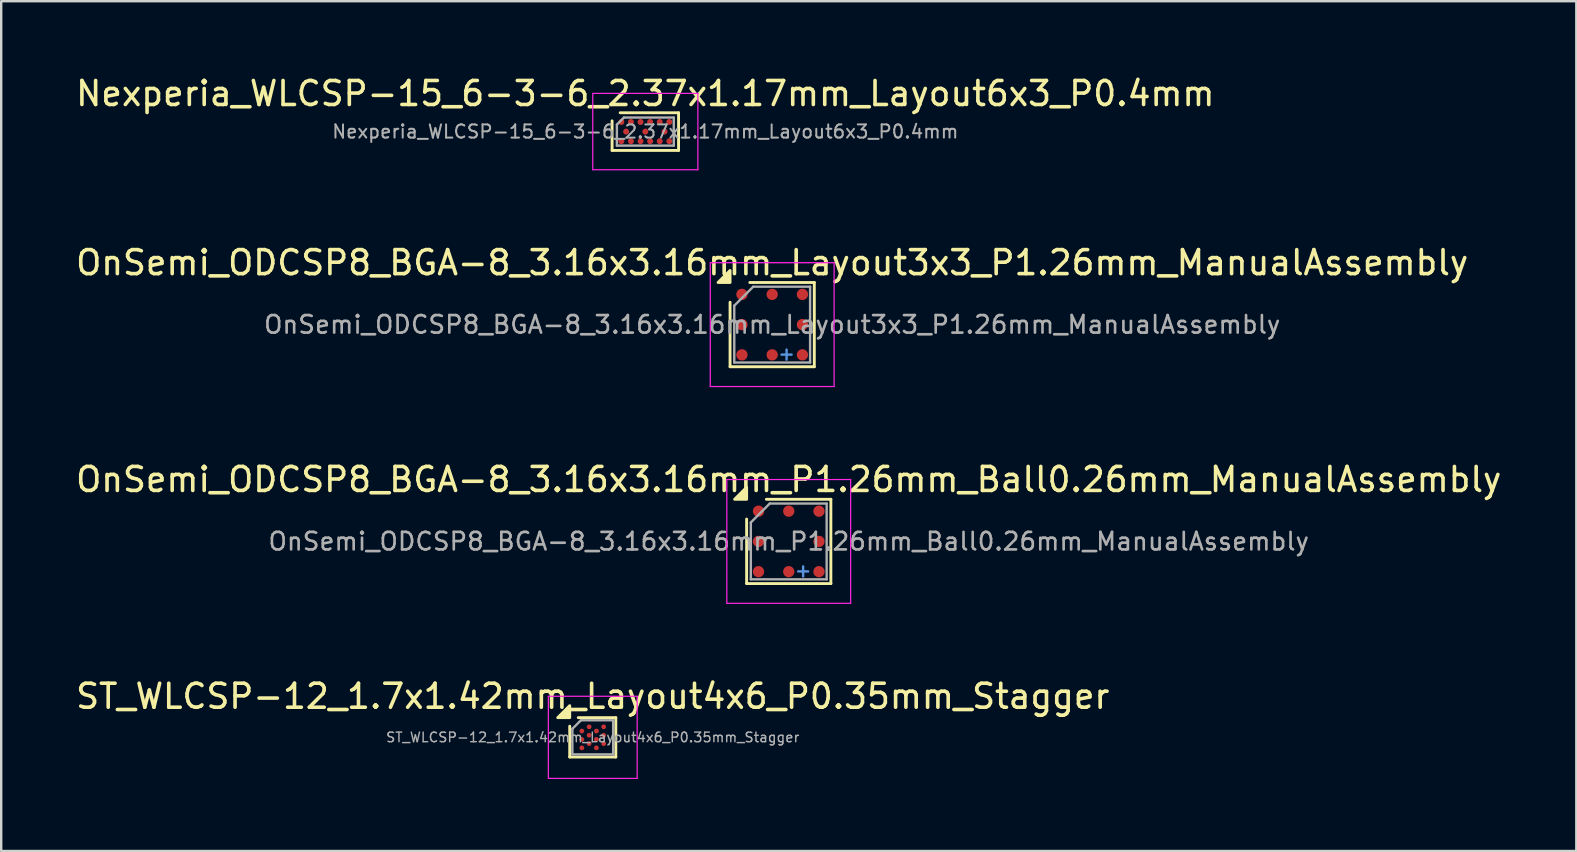
<source format=kicad_pcb>
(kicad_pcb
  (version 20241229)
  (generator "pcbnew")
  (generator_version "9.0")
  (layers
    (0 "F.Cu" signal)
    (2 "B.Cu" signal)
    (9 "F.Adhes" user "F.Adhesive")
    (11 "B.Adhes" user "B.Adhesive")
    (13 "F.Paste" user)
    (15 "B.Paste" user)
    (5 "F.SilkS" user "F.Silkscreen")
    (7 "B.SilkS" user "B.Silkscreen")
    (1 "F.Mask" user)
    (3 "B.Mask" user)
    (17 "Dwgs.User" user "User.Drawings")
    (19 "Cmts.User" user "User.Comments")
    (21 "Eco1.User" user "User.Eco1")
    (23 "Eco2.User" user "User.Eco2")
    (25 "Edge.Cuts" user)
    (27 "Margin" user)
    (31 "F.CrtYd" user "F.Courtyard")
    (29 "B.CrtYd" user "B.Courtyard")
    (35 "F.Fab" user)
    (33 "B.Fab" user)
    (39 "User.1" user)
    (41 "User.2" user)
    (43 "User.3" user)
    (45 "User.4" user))
  (footprint "Nexperia_WLCSP-15_6-3-6_2.37x1.17mm_Layout6x3_P0.4mm"
    (layer "F.Cu")
    (at 23.839 2.433)
    (property "Reference" "Nexperia_WLCSP-15_6-3-6_2.37x1.17mm_Layout6x3_P0.4mm" (at 0 -1.585 0) (layer "F.SilkS") (effects (font (size 1 1) (thickness 0.15))))
    (attr smd)
    (fp_line (start -1.385 0.785) (end -1.385 -0.448) (stroke (width 0.12) (type solid)) (layer "F.SilkS"))
    (fp_line (start -1.048 -0.785) (end 1.385 -0.785) (stroke (width 0.12) (type solid)) (layer "F.SilkS"))
    (fp_line (start 1.385 -0.785) (end 1.385 0.785) (stroke (width 0.12) (type solid)) (layer "F.SilkS"))
    (fp_line (start 1.385 0.785) (end -1.385 0.785) (stroke (width 0.12) (type solid)) (layer "F.SilkS"))
    (fp_line (start -2.19 -1.59) (end -2.19 1.59) (stroke (width 0.05) (type solid)) (layer "F.CrtYd"))
    (fp_line (start -2.19 1.59) (end 2.19 1.59) (stroke (width 0.05) (type solid)) (layer "F.CrtYd"))
    (fp_line (start 2.19 -1.59) (end -2.19 -1.59) (stroke (width 0.05) (type solid)) (layer "F.CrtYd"))
    (fp_line (start 2.19 1.59) (end 2.19 -1.59) (stroke (width 0.05) (type solid)) (layer "F.CrtYd"))
    (fp_line (start -1.185 -0.292) (end -0.892 -0.585) (stroke (width 0.1) (type solid)) (layer "F.Fab"))
    (fp_line (start -1.185 0.585) (end -1.185 -0.292) (stroke (width 0.1) (type solid)) (layer "F.Fab"))
    (fp_line (start -0.892 -0.585) (end 1.185 -0.585) (stroke (width 0.1) (type solid)) (layer "F.Fab"))
    (fp_line (start 1.185 -0.585) (end 1.185 0.585) (stroke (width 0.1) (type solid)) (layer "F.Fab"))
    (fp_line (start 1.185 0.585) (end -1.185 0.585) (stroke (width 0.1) (type solid)) (layer "F.Fab"))
    (fp_text user "${REFERENCE}" (at 0 0 0) (layer "F.Fab") (effects (font (size 0.55 0.55) (thickness 0.083))))
    (pad "A1" smd circle (at -1 -0.4) (size 0.25 0.25) (layers "F.Cu" "F.Mask" "F.Paste"))
    (pad "A2" smd circle (at -0.6 -0.4) (size 0.25 0.25) (layers "F.Cu" "F.Mask" "F.Paste"))
    (pad "A3" smd circle (at -0.2 -0.4) (size 0.25 0.25) (layers "F.Cu" "F.Mask" "F.Paste"))
    (pad "A4" smd circle (at 0.2 -0.4) (size 0.25 0.25) (layers "F.Cu" "F.Mask" "F.Paste"))
    (pad "A5" smd circle (at 0.6 -0.4) (size 0.25 0.25) (layers "F.Cu" "F.Mask" "F.Paste"))
    (pad "A6" smd circle (at 1 -0.4) (size 0.25 0.25) (layers "F.Cu" "F.Mask" "F.Paste"))
    (pad "B1" smd circle (at -0.8 0) (size 0.25 0.25) (layers "F.Cu" "F.Mask" "F.Paste"))
    (pad "B2" smd circle (at 0 0) (size 0.25 0.25) (layers "F.Cu" "F.Mask" "F.Paste"))
    (pad "B3" smd circle (at 0.8 0) (size 0.25 0.25) (layers "F.Cu" "F.Mask" "F.Paste"))
    (pad "C1" smd circle (at -1 0.4) (size 0.25 0.25) (layers "F.Cu" "F.Mask" "F.Paste"))
    (pad "C2" smd circle (at -0.6 0.4) (size 0.25 0.25) (layers "F.Cu" "F.Mask" "F.Paste"))
    (pad "C3" smd circle (at -0.2 0.4) (size 0.25 0.25) (layers "F.Cu" "F.Mask" "F.Paste"))
    (pad "C4" smd circle (at 0.2 0.4) (size 0.25 0.25) (layers "F.Cu" "F.Mask" "F.Paste"))
    (pad "C5" smd circle (at 0.6 0.4) (size 0.25 0.25) (layers "F.Cu" "F.Mask" "F.Paste"))
    (pad "C6" smd circle (at 1 0.4) (size 0.25 0.25) (layers "F.Cu" "F.Mask" "F.Paste")))
  (footprint "ST_WLCSP-12_1.7x1.42mm_Layout4x6_P0.35mm_Stagger"
    (layer "F.Cu")
    (at 21.649 27.673)
    (property "Reference" "ST_WLCSP-12_1.7x1.42mm_Layout4x6_P0.35mm_Stagger" (at 0 -1.71 0) (layer "F.SilkS") (effects (font (size 1 1) (thickness 0.15))))
    (attr smd)
    (fp_line (start -0.96 0.82) (end -0.96 -0.465) (stroke (width 0.12) (type solid)) (layer "F.SilkS"))
    (fp_line (start -0.605 -0.82) (end 0.96 -0.82) (stroke (width 0.12) (type solid)) (layer "F.SilkS"))
    (fp_line (start 0.96 -0.82) (end 0.96 0.82) (stroke (width 0.12) (type solid)) (layer "F.SilkS"))
    (fp_line (start 0.96 0.82) (end -0.96 0.82) (stroke (width 0.12) (type solid)) (layer "F.SilkS"))
    (fp_poly (pts (xy -0.96 -0.82) (xy -1.46 -0.82) (xy -0.96 -1.32) (xy -0.96 -0.82)) (stroke (width 0.12) (type solid)) (fill yes) (layer "F.SilkS"))
    (fp_line (start -1.85 -1.71) (end -1.85 1.71) (stroke (width 0.05) (type solid)) (layer "F.CrtYd"))
    (fp_line (start -1.85 1.71) (end 1.85 1.71) (stroke (width 0.05) (type solid)) (layer "F.CrtYd"))
    (fp_line (start 1.85 -1.71) (end -1.85 -1.71) (stroke (width 0.05) (type solid)) (layer "F.CrtYd"))
    (fp_line (start 1.85 1.71) (end 1.85 -1.71) (stroke (width 0.05) (type solid)) (layer "F.CrtYd"))
    (fp_line (start -0.85 -0.355) (end -0.495 -0.71) (stroke (width 0.1) (type solid)) (layer "F.Fab"))
    (fp_line (start -0.85 0.71) (end -0.85 -0.355) (stroke (width 0.1) (type solid)) (layer "F.Fab"))
    (fp_line (start -0.495 -0.71) (end 0.85 -0.71) (stroke (width 0.1) (type solid)) (layer "F.Fab"))
    (fp_line (start 0.85 -0.71) (end 0.85 0.71) (stroke (width 0.1) (type solid)) (layer "F.Fab"))
    (fp_line (start 0.85 0.71) (end -0.85 0.71) (stroke (width 0.1) (type solid)) (layer "F.Fab"))
    (fp_text user "${REFERENCE}" (at 0 0 0) (layer "F.Fab") (effects (font (size 0.4 0.4) (thickness 0.06))))
    (pad "A2" smd circle (at -0.152 -0.438) (size 0.2 0.2) (property pad_prop_bga) (layers "F.Cu" "F.Mask" "F.Paste"))
    (pad "A4" smd circle (at 0.455 -0.438) (size 0.2 0.2) (property pad_prop_bga) (layers "F.Cu" "F.Mask" "F.Paste"))
    (pad "B1" smd circle (at -0.455 -0.263) (size 0.2 0.2) (property pad_prop_bga) (layers "F.Cu" "F.Mask" "F.Paste"))
    (pad "B3" smd circle (at 0.152 -0.263) (size 0.2 0.2) (property pad_prop_bga) (layers "F.Cu" "F.Mask" "F.Paste"))
    (pad "C2" smd circle (at -0.152 -0.087) (size 0.2 0.2) (property pad_prop_bga) (layers "F.Cu" "F.Mask" "F.Paste"))
    (pad "C4" smd circle (at 0.455 -0.087) (size 0.2 0.2) (property pad_prop_bga) (layers "F.Cu" "F.Mask" "F.Paste"))
    (pad "D1" smd circle (at -0.455 0.087) (size 0.2 0.2) (property pad_prop_bga) (layers "F.Cu" "F.Mask" "F.Paste"))
    (pad "D3" smd circle (at 0.152 0.087) (size 0.2 0.2) (property pad_prop_bga) (layers "F.Cu" "F.Mask" "F.Paste"))
    (pad "E2" smd circle (at -0.152 0.263) (size 0.2 0.2) (property pad_prop_bga) (layers "F.Cu" "F.Mask" "F.Paste"))
    (pad "E4" smd circle (at 0.455 0.263) (size 0.2 0.2) (property pad_prop_bga) (layers "F.Cu" "F.Mask" "F.Paste"))
    (pad "F1" smd circle (at -0.455 0.438) (size 0.2 0.2) (property pad_prop_bga) (layers "F.Cu" "F.Mask" "F.Paste"))
    (pad "F3" smd circle (at 0.152 0.438) (size 0.2 0.2) (property pad_prop_bga) (layers "F.Cu" "F.Mask" "F.Paste")))
  (footprint "OnSemi_ODCSP8_BGA-8_3.16x3.16mm_P1.26mm_Ball0.26mm_ManualAssembly"
    (layer "F.Cu")
    (at 29.815 19.51)
    (property "Reference" "OnSemi_ODCSP8_BGA-8_3.16x3.16mm_P1.26mm_Ball0.26mm_ManualAssembly" (at 0 -2.58 0) (layer "F.SilkS") (effects (font (size 1 1) (thickness 0.15))))
    (attr smd)
    (fp_line (start -1.755 1.755) (end -1.755 -0.932) (stroke (width 0.12) (type solid)) (layer "F.SilkS"))
    (fp_line (start -0.932 -1.755) (end 1.755 -1.755) (stroke (width 0.12) (type solid)) (layer "F.SilkS"))
    (fp_line (start 1.755 -1.755) (end 1.755 1.755) (stroke (width 0.12) (type solid)) (layer "F.SilkS"))
    (fp_line (start 1.755 1.755) (end -1.755 1.755) (stroke (width 0.12) (type solid)) (layer "F.SilkS"))
    (fp_poly (pts (xy -1.755 -1.755) (xy -2.255 -1.755) (xy -1.755 -2.255) (xy -1.755 -1.755)) (stroke (width 0.12) (type solid)) (fill yes) (layer "F.SilkS"))
    (fp_line (start -2.58 -2.58) (end -2.58 2.58) (stroke (width 0.05) (type solid)) (layer "F.CrtYd"))
    (fp_line (start -2.58 2.58) (end 2.58 2.58) (stroke (width 0.05) (type solid)) (layer "F.CrtYd"))
    (fp_line (start 2.58 -2.58) (end -2.58 -2.58) (stroke (width 0.05) (type solid)) (layer "F.CrtYd"))
    (fp_line (start 2.58 2.58) (end 2.58 -2.58) (stroke (width 0.05) (type solid)) (layer "F.CrtYd"))
    (fp_line (start -1.58 -0.79) (end -0.79 -1.58) (stroke (width 0.1) (type solid)) (layer "F.Fab"))
    (fp_line (start -1.58 1.58) (end -1.58 -0.79) (stroke (width 0.1) (type solid)) (layer "F.Fab"))
    (fp_line (start -0.79 -1.58) (end 1.58 -1.58) (stroke (width 0.1) (type solid)) (layer "F.Fab"))
    (fp_line (start 1.58 -1.58) (end 1.58 1.58) (stroke (width 0.1) (type solid)) (layer "F.Fab"))
    (fp_line (start 1.58 1.58) (end -1.58 1.58) (stroke (width 0.1) (type solid)) (layer "F.Fab"))
    (fp_text user "+" (at 0.6 1.21 0) (layer "Cmts.User") (effects (font (size 0.55 0.55) (thickness 0.1))))
    (fp_text user "${REFERENCE}" (at 0 0 0) (layer "F.Fab") (effects (font (size 0.73 0.73) (thickness 0.11))))
    (pad "A1" smd circle (at -1.26 -1.26) (size 0.47 0.47) (property pad_prop_bga) (layers "F.Cu" "F.Mask" "F.Paste"))
    (pad "A2" smd circle (at 0 -1.26) (size 0.47 0.47) (property pad_prop_bga) (layers "F.Cu" "F.Mask" "F.Paste"))
    (pad "A3" smd circle (at 1.26 -1.26) (size 0.47 0.47) (property pad_prop_bga) (layers "F.Cu" "F.Mask" "F.Paste"))
    (pad "B1" smd circle (at -1.26 0) (size 0.47 0.47) (property pad_prop_bga) (layers "F.Cu" "F.Mask" "F.Paste"))
    (pad "B3" smd circle (at 1.26 0) (size 0.47 0.47) (property pad_prop_bga) (layers "F.Cu" "F.Mask" "F.Paste"))
    (pad "C1" smd circle (at -1.26 1.26) (size 0.47 0.47) (property pad_prop_bga) (layers "F.Cu" "F.Mask" "F.Paste"))
    (pad "C2" smd circle (at 0 1.26) (size 0.47 0.47) (property pad_prop_bga) (layers "F.Cu" "F.Mask" "F.Paste"))
    (pad "C3" smd circle (at 1.26 1.26) (size 0.47 0.47) (property pad_prop_bga) (layers "F.Cu" "F.Mask" "F.Paste")))
  (footprint "OnSemi_ODCSP8_BGA-8_3.16x3.16mm_Layout3x3_P1.26mm_ManualAssembly"
    (layer "F.Cu")
    (at 29.125 10.476)
    (property "Reference" "OnSemi_ODCSP8_BGA-8_3.16x3.16mm_Layout3x3_P1.26mm_ManualAssembly" (at 0 -2.58 0) (layer "F.SilkS") (effects (font (size 1 1) (thickness 0.15))))
    (attr smd)
    (fp_line (start -1.755 1.755) (end -1.755 -0.932) (stroke (width 0.12) (type solid)) (layer "F.SilkS"))
    (fp_line (start -0.932 -1.755) (end 1.755 -1.755) (stroke (width 0.12) (type solid)) (layer "F.SilkS"))
    (fp_line (start 1.755 -1.755) (end 1.755 1.755) (stroke (width 0.12) (type solid)) (layer "F.SilkS"))
    (fp_line (start 1.755 1.755) (end -1.755 1.755) (stroke (width 0.12) (type solid)) (layer "F.SilkS"))
    (fp_poly (pts (xy -1.755 -1.755) (xy -2.255 -1.755) (xy -1.755 -2.255) (xy -1.755 -1.755)) (stroke (width 0.12) (type solid)) (fill yes) (layer "F.SilkS"))
    (fp_line (start -2.58 -2.58) (end -2.58 2.58) (stroke (width 0.05) (type solid)) (layer "F.CrtYd"))
    (fp_line (start -2.58 2.58) (end 2.58 2.58) (stroke (width 0.05) (type solid)) (layer "F.CrtYd"))
    (fp_line (start 2.58 -2.58) (end -2.58 -2.58) (stroke (width 0.05) (type solid)) (layer "F.CrtYd"))
    (fp_line (start 2.58 2.58) (end 2.58 -2.58) (stroke (width 0.05) (type solid)) (layer "F.CrtYd"))
    (fp_line (start -1.58 -0.79) (end -0.79 -1.58) (stroke (width 0.1) (type solid)) (layer "F.Fab"))
    (fp_line (start -1.58 1.58) (end -1.58 -0.79) (stroke (width 0.1) (type solid)) (layer "F.Fab"))
    (fp_line (start -0.79 -1.58) (end 1.58 -1.58) (stroke (width 0.1) (type solid)) (layer "F.Fab"))
    (fp_line (start 1.58 -1.58) (end 1.58 1.58) (stroke (width 0.1) (type solid)) (layer "F.Fab"))
    (fp_line (start 1.58 1.58) (end -1.58 1.58) (stroke (width 0.1) (type solid)) (layer "F.Fab"))
    (fp_text user "+" (at 0.6 1.21 0) (layer "Cmts.User") (effects (font (size 0.55 0.55) (thickness 0.1))))
    (fp_text user "${REFERENCE}" (at 0 0 0) (layer "F.Fab") (effects (font (size 0.73 0.73) (thickness 0.11))))
    (pad "A1" smd circle (at -1.26 -1.26) (size 0.47 0.47) (property pad_prop_bga) (layers "F.Cu" "F.Mask" "F.Paste"))
    (pad "A2" smd circle (at 0 -1.26) (size 0.47 0.47) (property pad_prop_bga) (layers "F.Cu" "F.Mask" "F.Paste"))
    (pad "A3" smd circle (at 1.26 -1.26) (size 0.47 0.47) (property pad_prop_bga) (layers "F.Cu" "F.Mask" "F.Paste"))
    (pad "B1" smd circle (at -1.26 0) (size 0.47 0.47) (property pad_prop_bga) (layers "F.Cu" "F.Mask" "F.Paste"))
    (pad "B3" smd circle (at 1.26 0) (size 0.47 0.47) (property pad_prop_bga) (layers "F.Cu" "F.Mask" "F.Paste"))
    (pad "C1" smd circle (at -1.26 1.26) (size 0.47 0.47) (property pad_prop_bga) (layers "F.Cu" "F.Mask" "F.Paste"))
    (pad "C2" smd circle (at 0 1.26) (size 0.47 0.47) (property pad_prop_bga) (layers "F.Cu" "F.Mask" "F.Paste"))
    (pad "C3" smd circle (at 1.26 1.26) (size 0.47 0.47) (property pad_prop_bga) (layers "F.Cu" "F.Mask" "F.Paste")))
  (gr_rect
    (start -3 -3)
    (end 62.631 32.408)
    (stroke (width 0.1) (type default))
    (fill no)
    (layer "Edge.Cuts")))
</source>
